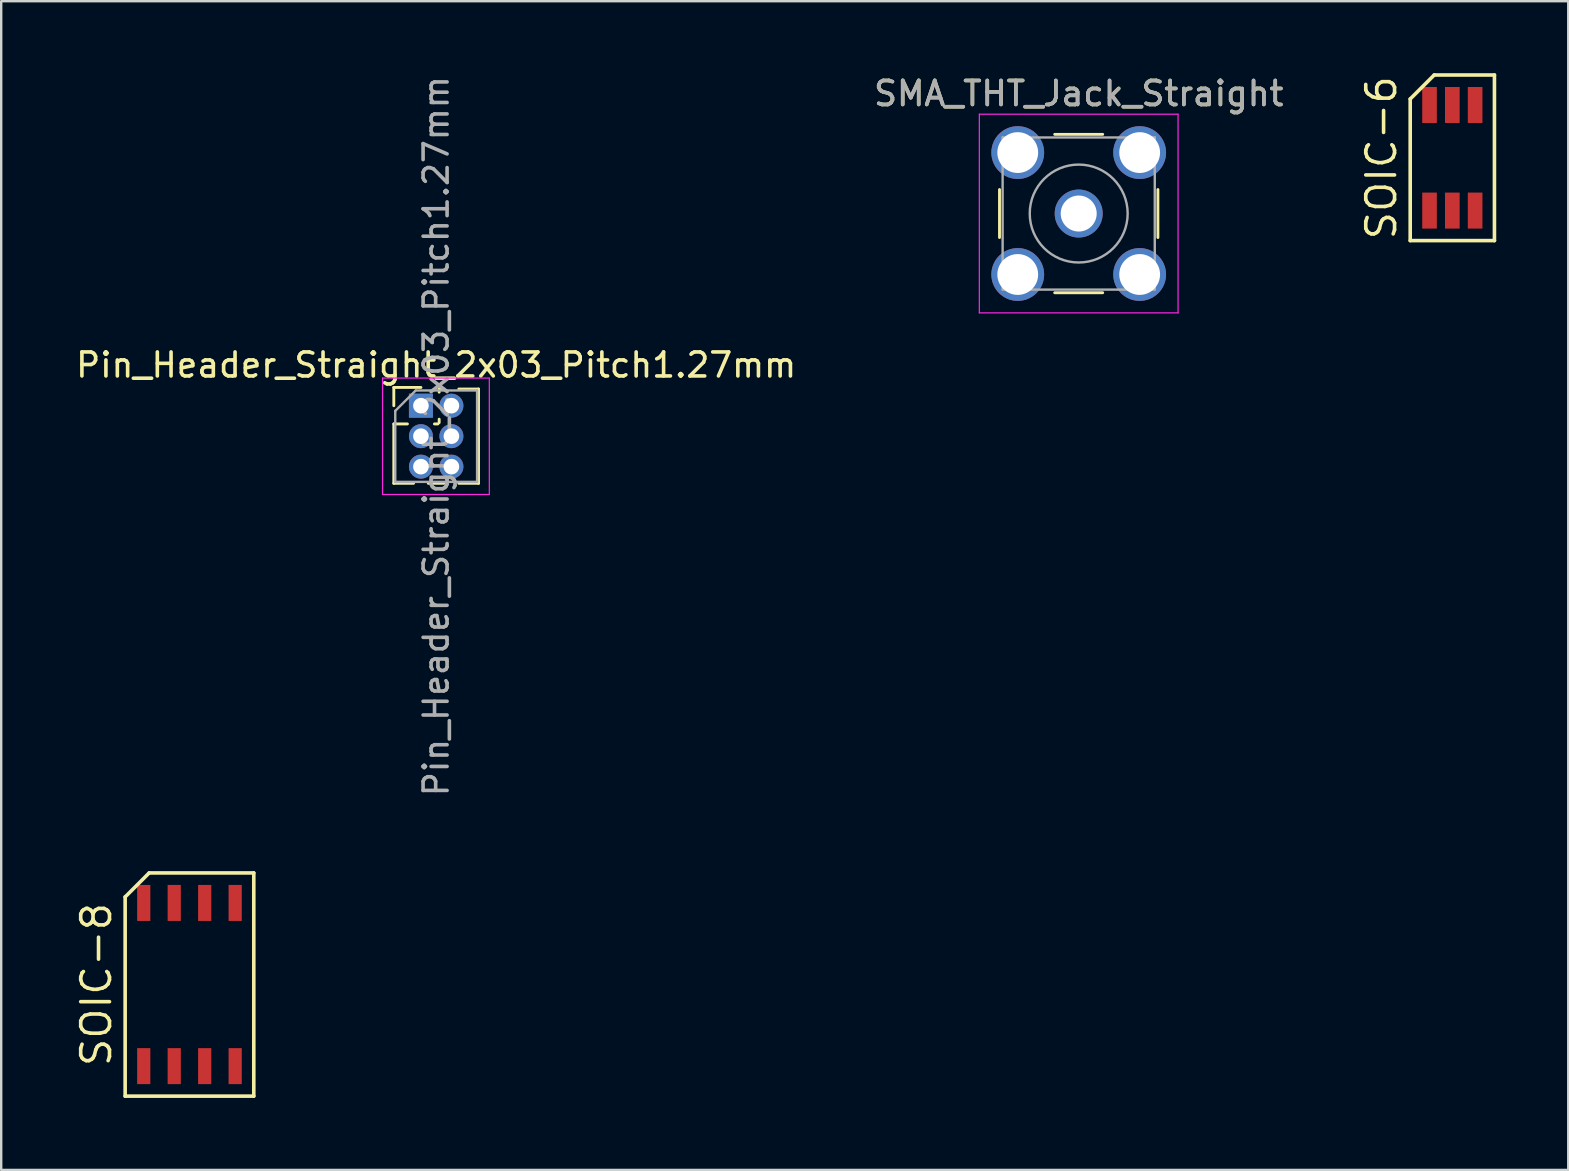
<source format=kicad_pcb>
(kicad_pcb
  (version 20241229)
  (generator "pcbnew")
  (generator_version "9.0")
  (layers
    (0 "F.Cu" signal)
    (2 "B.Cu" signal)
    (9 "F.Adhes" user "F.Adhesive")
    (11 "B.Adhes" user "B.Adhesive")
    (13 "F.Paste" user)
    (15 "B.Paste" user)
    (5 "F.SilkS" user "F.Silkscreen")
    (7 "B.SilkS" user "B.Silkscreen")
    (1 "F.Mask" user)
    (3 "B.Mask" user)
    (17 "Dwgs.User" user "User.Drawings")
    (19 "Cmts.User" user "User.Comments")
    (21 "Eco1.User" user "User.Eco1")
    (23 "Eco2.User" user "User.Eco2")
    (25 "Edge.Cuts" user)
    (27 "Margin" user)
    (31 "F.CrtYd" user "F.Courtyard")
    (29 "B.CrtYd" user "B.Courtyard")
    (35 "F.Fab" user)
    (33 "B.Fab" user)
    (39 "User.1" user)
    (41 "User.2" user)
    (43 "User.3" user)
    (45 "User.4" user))
  (footprint "Pin_Header_Straight_2x03_Pitch1.27mm"
    (layer "F.Cu")
    (at 14.49 13.855)
    (property "Reference" "Pin_Header_Straight_2x03_Pitch1.27mm" (at 0.635 -1.695 0) (layer "F.SilkS") (effects (font (size 1 1) (thickness 0.15))))
    (attr through_hole)
    (fp_line (start -1.13 -0.76) (end 0 -0.76) (stroke (width 0.12) (type solid)) (layer "F.SilkS"))
    (fp_line (start -1.13 0) (end -1.13 -0.76) (stroke (width 0.12) (type solid)) (layer "F.SilkS"))
    (fp_line (start -1.13 0.76) (end -1.13 3.235) (stroke (width 0.12) (type solid)) (layer "F.SilkS"))
    (fp_line (start -1.13 0.76) (end -0.563 0.76) (stroke (width 0.12) (type solid)) (layer "F.SilkS"))
    (fp_line (start -1.13 3.235) (end -0.308 3.235) (stroke (width 0.12) (type solid)) (layer "F.SilkS"))
    (fp_line (start 0.308 3.235) (end 0.962 3.235) (stroke (width 0.12) (type solid)) (layer "F.SilkS"))
    (fp_line (start 0.563 0.76) (end 0.707 0.76) (stroke (width 0.12) (type solid)) (layer "F.SilkS"))
    (fp_line (start 0.76 -0.695) (end 0.962 -0.695) (stroke (width 0.12) (type solid)) (layer "F.SilkS"))
    (fp_line (start 0.76 -0.563) (end 0.76 -0.695) (stroke (width 0.12) (type solid)) (layer "F.SilkS"))
    (fp_line (start 0.76 0.707) (end 0.76 0.563) (stroke (width 0.12) (type solid)) (layer "F.SilkS"))
    (fp_line (start 1.578 -0.695) (end 2.4 -0.695) (stroke (width 0.12) (type solid)) (layer "F.SilkS"))
    (fp_line (start 1.578 3.235) (end 2.4 3.235) (stroke (width 0.12) (type solid)) (layer "F.SilkS"))
    (fp_line (start 2.4 -0.695) (end 2.4 3.235) (stroke (width 0.12) (type solid)) (layer "F.SilkS"))
    (fp_line (start -1.6 -1.15) (end -1.6 3.7) (stroke (width 0.05) (type solid)) (layer "F.CrtYd"))
    (fp_line (start -1.6 3.7) (end 2.85 3.7) (stroke (width 0.05) (type solid)) (layer "F.CrtYd"))
    (fp_line (start 2.85 -1.15) (end -1.6 -1.15) (stroke (width 0.05) (type solid)) (layer "F.CrtYd"))
    (fp_line (start 2.85 3.7) (end 2.85 -1.15) (stroke (width 0.05) (type solid)) (layer "F.CrtYd"))
    (fp_line (start -1.07 0.217) (end -0.217 -0.635) (stroke (width 0.1) (type solid)) (layer "F.Fab"))
    (fp_line (start -1.07 3.175) (end -1.07 0.217) (stroke (width 0.1) (type solid)) (layer "F.Fab"))
    (fp_line (start -0.217 -0.635) (end 2.34 -0.635) (stroke (width 0.1) (type solid)) (layer "F.Fab"))
    (fp_line (start 2.34 -0.635) (end 2.34 3.175) (stroke (width 0.1) (type solid)) (layer "F.Fab"))
    (fp_line (start 2.34 3.175) (end -1.07 3.175) (stroke (width 0.1) (type solid)) (layer "F.Fab"))
    (fp_text user "${REFERENCE}" (at 0.635 1.27 90) (layer "F.Fab") (effects (font (size 1 1) (thickness 0.15))))
    (pad "1" thru_hole rect (at 0 0) (size 1 1) (drill 0.65) (layers "*.Cu" "*.Mask"))
    (pad "2" thru_hole oval (at 1.27 0) (size 1 1) (drill 0.65) (layers "*.Cu" "*.Mask"))
    (pad "3" thru_hole oval (at 0 1.27) (size 1 1) (drill 0.65) (layers "*.Cu" "*.Mask"))
    (pad "4" thru_hole oval (at 1.27 1.27) (size 1 1) (drill 0.65) (layers "*.Cu" "*.Mask"))
    (pad "5" thru_hole oval (at 0 2.54) (size 1 1) (drill 0.65) (layers "*.Cu" "*.Mask"))
    (pad "6" thru_hole oval (at 1.27 2.54) (size 1 1) (drill 0.65) (layers "*.Cu" "*.Mask")))
  (footprint "SMA_THT_Jack_Straight"
    (layer "F.Cu")
    (at 41.899 5.848)
    (property "Reference" "SMA_THT_Jack_Straight" (at 0 -5 0) (layer "F.SilkS") (effects (font (size 1 1) (thickness 0.15))))
    (attr through_hole)
    (fp_line (start -3.3 -1) (end -3.3 1) (stroke (width 0.12) (type solid)) (layer "F.SilkS"))
    (fp_line (start -1 -3.3) (end 1 -3.3) (stroke (width 0.12) (type solid)) (layer "F.SilkS"))
    (fp_line (start -1 3.3) (end 1 3.3) (stroke (width 0.12) (type solid)) (layer "F.SilkS"))
    (fp_line (start 3.3 -1) (end 3.3 1) (stroke (width 0.12) (type solid)) (layer "F.SilkS"))
    (fp_line (start -4.14 -4.14) (end -4.14 4.14) (stroke (width 0.05) (type solid)) (layer "F.CrtYd"))
    (fp_line (start -4.14 -4.14) (end 4.14 -4.14) (stroke (width 0.05) (type solid)) (layer "F.CrtYd"))
    (fp_line (start 4.14 4.14) (end -4.14 4.14) (stroke (width 0.05) (type solid)) (layer "F.CrtYd"))
    (fp_line (start 4.14 4.14) (end 4.14 -4.14) (stroke (width 0.05) (type solid)) (layer "F.CrtYd"))
    (fp_line (start -3.17 -3.17) (end -3.17 3.17) (stroke (width 0.1) (type solid)) (layer "F.Fab"))
    (fp_line (start -3.17 -3.17) (end 3.17 -3.17) (stroke (width 0.1) (type solid)) (layer "F.Fab"))
    (fp_line (start -3.17 3.17) (end 3.17 3.17) (stroke (width 0.1) (type solid)) (layer "F.Fab"))
    (fp_line (start -3.05 -3.05) (end -3.05 -2.03) (stroke (width 0.1) (type solid)) (layer "F.Fab"))
    (fp_line (start -3.05 -3.05) (end -2.03 -3.05) (stroke (width 0.1) (type solid)) (layer "F.Fab"))
    (fp_line (start -3.05 -2.03) (end -2.03 -2.03) (stroke (width 0.1) (type solid)) (layer "F.Fab"))
    (fp_line (start -3.05 2.03) (end -2.03 2.03) (stroke (width 0.1) (type solid)) (layer "F.Fab"))
    (fp_line (start -3.05 3.05) (end -3.05 2.03) (stroke (width 0.1) (type solid)) (layer "F.Fab"))
    (fp_line (start -3.05 3.05) (end -2.03 3.05) (stroke (width 0.1) (type solid)) (layer "F.Fab"))
    (fp_line (start -2.03 -3.05) (end -2.03 -2.03) (stroke (width 0.1) (type solid)) (layer "F.Fab"))
    (fp_line (start -2.03 2.03) (end -2.03 3.05) (stroke (width 0.1) (type solid)) (layer "F.Fab"))
    (fp_line (start 2.03 -3.05) (end 2.03 -2.03) (stroke (width 0.1) (type solid)) (layer "F.Fab"))
    (fp_line (start 2.03 -3.05) (end 3.05 -3.05) (stroke (width 0.1) (type solid)) (layer "F.Fab"))
    (fp_line (start 2.03 -2.03) (end 3.05 -2.03) (stroke (width 0.1) (type solid)) (layer "F.Fab"))
    (fp_line (start 2.03 2.03) (end 2.03 3.05) (stroke (width 0.1) (type solid)) (layer "F.Fab"))
    (fp_line (start 2.03 3.05) (end 3.05 3.05) (stroke (width 0.1) (type solid)) (layer "F.Fab"))
    (fp_line (start 3.05 -3.05) (end 3.05 -2.03) (stroke (width 0.1) (type solid)) (layer "F.Fab"))
    (fp_line (start 3.05 2.03) (end 2.03 2.03) (stroke (width 0.1) (type solid)) (layer "F.Fab"))
    (fp_line (start 3.05 2.03) (end 3.05 3.05) (stroke (width 0.1) (type solid)) (layer "F.Fab"))
    (fp_line (start 3.17 -3.17) (end 3.17 3.17) (stroke (width 0.1) (type solid)) (layer "F.Fab"))
    (fp_circle (center 0 0) (end 0.635 0) (stroke (width 0.1) (type solid)) (fill no) (layer "F.Fab"))
    (fp_circle (center 0 0) (end 2.04 0) (stroke (width 0.1) (type solid)) (fill no) (layer "F.Fab"))
    (fp_text user "${REFERENCE}" (at 0 -5 0) (layer "F.Fab") (effects (font (size 1 1) (thickness 0.15))))
    (pad "1" thru_hole circle (at 0 0) (size 2 2) (drill 1.5) (layers "*.Cu" "*.Mask"))
    (pad "2" thru_hole circle (at -2.54 -2.54) (size 2.2 2.2) (drill 1.7) (layers "*.Cu" "*.Mask"))
    (pad "2" thru_hole circle (at -2.54 2.54) (size 2.2 2.2) (drill 1.7) (layers "*.Cu" "*.Mask"))
    (pad "2" thru_hole circle (at 2.54 -2.54) (size 2.2 2.2) (drill 1.7) (layers "*.Cu" "*.Mask"))
    (pad "2" thru_hole circle (at 2.54 2.54) (size 2.2 2.2) (drill 1.7) (layers "*.Cu" "*.Mask")))
  (footprint "SOIC-8"
    (layer "F.Cu")
    (at 4.845 37.975)
    (property "Reference" "SOIC-8" (at -3.88 0 90) (layer "F.SilkS") (effects (font (size 1.2 1.2) (thickness 0.15))))
    (attr through_hole)
    (fp_line (start -2.68 -3.65) (end -2.68 4.65) (stroke (width 0.15) (type solid)) (layer "F.SilkS"))
    (fp_line (start -2.68 4.65) (end 2.68 4.65) (stroke (width 0.15) (type solid)) (layer "F.SilkS"))
    (fp_line (start -1.68 -4.65) (end -2.68 -3.65) (stroke (width 0.15) (type solid)) (layer "F.SilkS"))
    (fp_line (start 2.68 -4.65) (end -1.68 -4.65) (stroke (width 0.15) (type solid)) (layer "F.SilkS"))
    (fp_line (start 2.68 4.65) (end 2.68 -4.65) (stroke (width 0.15) (type solid)) (layer "F.SilkS"))
    (pad "1" smd rect (at -1.905 3.4) (size 0.55 1.5) (layers "F.Cu" "F.Mask" "F.Paste"))
    (pad "2" smd rect (at -0.635 3.4) (size 0.55 1.5) (layers "F.Cu" "F.Mask" "F.Paste"))
    (pad "3" smd rect (at 0.635 3.4) (size 0.55 1.5) (layers "F.Cu" "F.Mask" "F.Paste"))
    (pad "4" smd rect (at 1.905 3.4) (size 0.55 1.5) (layers "F.Cu" "F.Mask" "F.Paste"))
    (pad "5" smd rect (at 1.905 -3.4) (size 0.55 1.5) (layers "F.Cu" "F.Mask" "F.Paste"))
    (pad "6" smd rect (at 0.635 -3.4) (size 0.55 1.5) (layers "F.Cu" "F.Mask" "F.Paste"))
    (pad "7" smd rect (at -0.635 -3.4) (size 0.55 1.5) (layers "F.Cu" "F.Mask" "F.Paste"))
    (pad "8" smd rect (at -1.905 -3.4) (size 0.55 1.5) (layers "F.Cu" "F.Mask" "F.Paste")))
  (footprint "SOIC-6"
    (layer "F.Cu")
    (at 57.468 3.525)
    (property "Reference" "SOIC-6" (at -2.955 0 90) (layer "F.SilkS") (effects (font (size 1.2 1.2) (thickness 0.15))))
    (attr through_hole)
    (fp_line (start -1.755 -2.45) (end -1.755 3.45) (stroke (width 0.15) (type solid)) (layer "F.SilkS"))
    (fp_line (start -1.755 3.45) (end 1.755 3.45) (stroke (width 0.15) (type solid)) (layer "F.SilkS"))
    (fp_line (start -0.755 -3.45) (end -1.755 -2.45) (stroke (width 0.15) (type solid)) (layer "F.SilkS"))
    (fp_line (start 1.755 -3.45) (end -0.755 -3.45) (stroke (width 0.15) (type solid)) (layer "F.SilkS"))
    (fp_line (start 1.755 3.45) (end 1.755 -3.45) (stroke (width 0.15) (type solid)) (layer "F.SilkS"))
    (pad "1" smd rect (at -0.95 2.2) (size 0.61 1.5) (layers "F.Cu" "F.Mask" "F.Paste"))
    (pad "2" smd rect (at 0 2.2) (size 0.61 1.5) (layers "F.Cu" "F.Mask" "F.Paste"))
    (pad "3" smd rect (at 0.95 2.2) (size 0.61 1.5) (layers "F.Cu" "F.Mask" "F.Paste"))
    (pad "4" smd rect (at 0.95 -2.2) (size 0.61 1.5) (layers "F.Cu" "F.Mask" "F.Paste"))
    (pad "5" smd rect (at 0 -2.2) (size 0.61 1.5) (layers "F.Cu" "F.Mask" "F.Paste"))
    (pad "6" smd rect (at -0.95 -2.2) (size 0.61 1.5) (layers "F.Cu" "F.Mask" "F.Paste")))
  (gr_rect
    (start -3 -3)
    (end 62.298 45.7)
    (stroke (width 0.1) (type default))
    (fill no)
    (layer "Edge.Cuts")))
</source>
